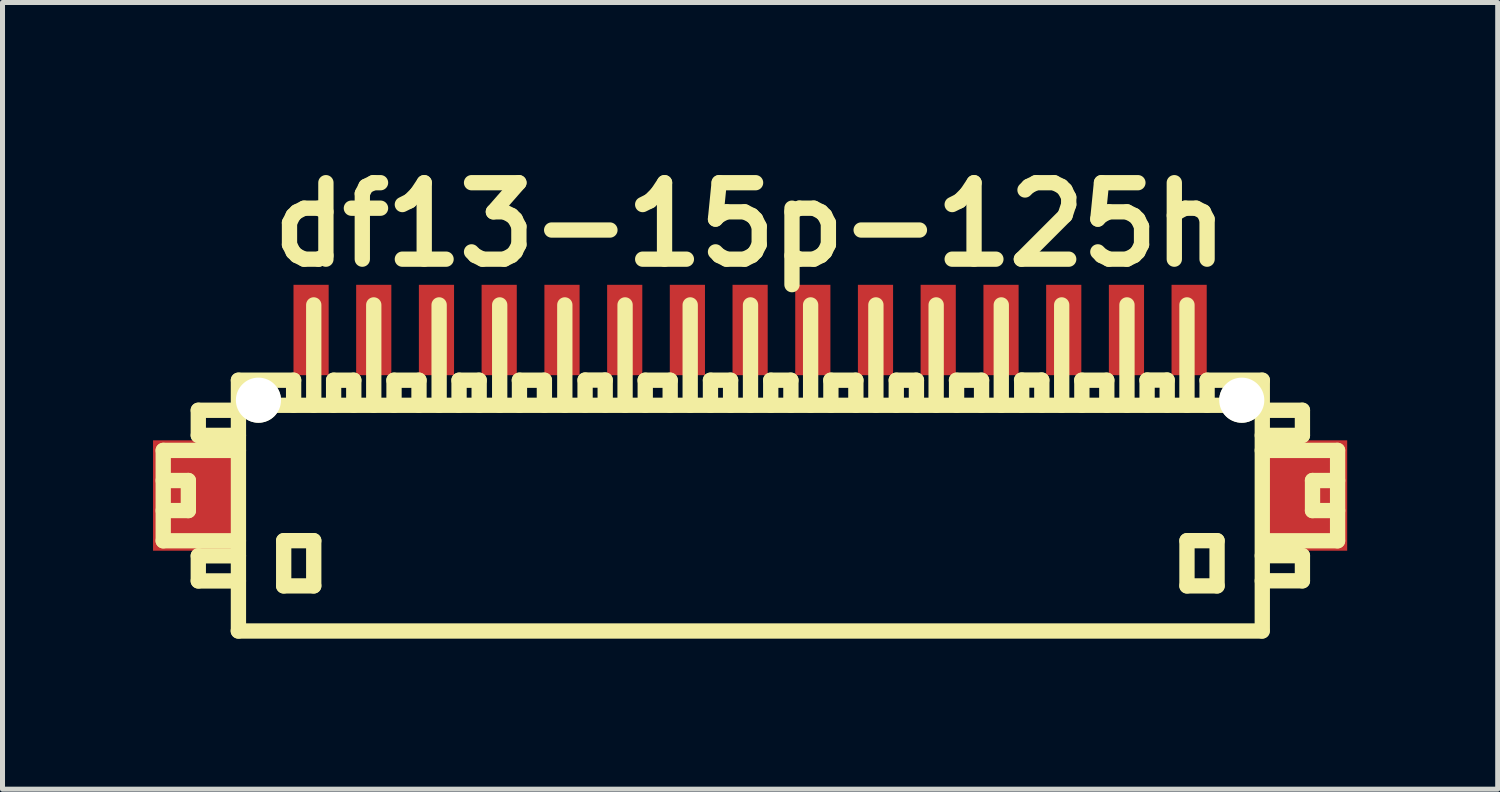
<source format=kicad_pcb>
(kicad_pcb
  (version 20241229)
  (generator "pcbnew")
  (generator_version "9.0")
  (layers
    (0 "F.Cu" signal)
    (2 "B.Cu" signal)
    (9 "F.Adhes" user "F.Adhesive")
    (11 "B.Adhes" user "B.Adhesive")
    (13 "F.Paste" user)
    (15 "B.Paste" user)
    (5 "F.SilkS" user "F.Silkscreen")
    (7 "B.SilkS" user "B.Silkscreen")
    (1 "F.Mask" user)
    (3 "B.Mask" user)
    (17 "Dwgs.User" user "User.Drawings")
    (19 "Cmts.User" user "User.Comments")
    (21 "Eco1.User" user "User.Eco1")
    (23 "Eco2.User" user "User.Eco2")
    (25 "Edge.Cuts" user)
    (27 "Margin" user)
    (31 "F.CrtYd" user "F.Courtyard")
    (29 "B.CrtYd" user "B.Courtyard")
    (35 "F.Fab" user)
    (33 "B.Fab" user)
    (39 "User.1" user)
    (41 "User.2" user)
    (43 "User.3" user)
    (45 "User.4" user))
  (footprint "df13-15p-125h"
    (layer "F.Cu")
    (at 11.9 7.027)
    (property "Reference" "df13-15p-125h" (at 0 -5.601 0) (layer "F.SilkS") (effects (font (size 1.524 1.524) (thickness 0.305))))
    (attr through_hole)
    (fp_line (start -11.697 -1.1) (end -11.697 0.701) (stroke (width 0.305) (type solid)) (layer "F.SilkS"))
    (fp_line (start -11.697 0.701) (end -10.198 0.701) (stroke (width 0.305) (type solid)) (layer "F.SilkS"))
    (fp_line (start -11.196 -0.5) (end -11.697 -0.5) (stroke (width 0.305) (type solid)) (layer "F.SilkS"))
    (fp_line (start -11.196 0.099) (end -11.697 0.099) (stroke (width 0.305) (type solid)) (layer "F.SilkS"))
    (fp_line (start -11.196 0.099) (end -11.196 -0.5) (stroke (width 0.305) (type solid)) (layer "F.SilkS"))
    (fp_line (start -10.998 -1.9) (end -10.998 -1.4) (stroke (width 0.305) (type solid)) (layer "F.SilkS"))
    (fp_line (start -10.998 -1.9) (end -10.198 -1.9) (stroke (width 0.305) (type solid)) (layer "F.SilkS"))
    (fp_line (start -10.998 1.001) (end -10.998 1.501) (stroke (width 0.305) (type solid)) (layer "F.SilkS"))
    (fp_line (start -10.998 1.501) (end -10.198 1.501) (stroke (width 0.305) (type solid)) (layer "F.SilkS"))
    (fp_line (start -10.201 -1.999) (end 10.201 -1.999) (stroke (width 0.305) (type solid)) (layer "F.SilkS"))
    (fp_line (start -10.198 -1.4) (end -10.998 -1.4) (stroke (width 0.305) (type solid)) (layer "F.SilkS"))
    (fp_line (start -10.198 -1.1) (end -11.697 -1.1) (stroke (width 0.305) (type solid)) (layer "F.SilkS"))
    (fp_line (start -10.198 1.001) (end -10.998 1.001) (stroke (width 0.305) (type solid)) (layer "F.SilkS"))
    (fp_line (start -10.198 2.499) (end -10.198 -2.499) (stroke (width 0.305) (type solid)) (layer "F.SilkS"))
    (fp_line (start -9.296 0.699) (end -9.296 1.6) (stroke (width 0.305) (type solid)) (layer "F.SilkS"))
    (fp_line (start -9.296 1.6) (end -8.697 1.6) (stroke (width 0.305) (type solid)) (layer "F.SilkS"))
    (fp_line (start -9.098 -2.499) (end -10.198 -2.499) (stroke (width 0.305) (type solid)) (layer "F.SilkS"))
    (fp_line (start -9.098 -2.499) (end -9.098 -1.999) (stroke (width 0.305) (type solid)) (layer "F.SilkS"))
    (fp_line (start -8.697 -4) (end -8.697 -1.999) (stroke (width 0.305) (type solid)) (layer "F.SilkS"))
    (fp_line (start -8.697 0.699) (end -9.296 0.699) (stroke (width 0.305) (type solid)) (layer "F.SilkS"))
    (fp_line (start -8.697 1.6) (end -8.697 0.699) (stroke (width 0.305) (type solid)) (layer "F.SilkS"))
    (fp_line (start -8.301 -2.499) (end -8.301 -1.999) (stroke (width 0.305) (type solid)) (layer "F.SilkS"))
    (fp_line (start -7.899 -2.499) (end -8.301 -2.499) (stroke (width 0.305) (type solid)) (layer "F.SilkS"))
    (fp_line (start -7.899 -2.499) (end -7.899 -1.999) (stroke (width 0.305) (type solid)) (layer "F.SilkS"))
    (fp_line (start -7.501 -1.999) (end -7.501 -4) (stroke (width 0.305) (type solid)) (layer "F.SilkS"))
    (fp_line (start -7.099 -2.499) (end -6.599 -2.499) (stroke (width 0.305) (type solid)) (layer "F.SilkS"))
    (fp_line (start -7.097 -1.999) (end -7.097 -2.499) (stroke (width 0.305) (type solid)) (layer "F.SilkS"))
    (fp_line (start -6.599 -2.499) (end -6.599 -1.999) (stroke (width 0.305) (type solid)) (layer "F.SilkS"))
    (fp_line (start -6.198 -1.999) (end -6.198 -4) (stroke (width 0.305) (type solid)) (layer "F.SilkS"))
    (fp_line (start -5.801 -2.499) (end -5.801 -1.999) (stroke (width 0.305) (type solid)) (layer "F.SilkS"))
    (fp_line (start -5.4 -2.499) (end -5.801 -2.499) (stroke (width 0.305) (type solid)) (layer "F.SilkS"))
    (fp_line (start -5.4 -2.499) (end -5.4 -1.999) (stroke (width 0.305) (type solid)) (layer "F.SilkS"))
    (fp_line (start -4.991 -1.999) (end -4.991 -4) (stroke (width 0.305) (type solid)) (layer "F.SilkS"))
    (fp_line (start -4.6 -2.499) (end -4.1 -2.499) (stroke (width 0.305) (type solid)) (layer "F.SilkS"))
    (fp_line (start -4.597 -1.999) (end -4.597 -2.499) (stroke (width 0.305) (type solid)) (layer "F.SilkS"))
    (fp_line (start -4.1 -2.499) (end -4.1 -1.999) (stroke (width 0.305) (type solid)) (layer "F.SilkS"))
    (fp_line (start -3.693 -1.999) (end -3.693 -4) (stroke (width 0.305) (type solid)) (layer "F.SilkS"))
    (fp_line (start -3.289 -2.502) (end -3.289 -2.002) (stroke (width 0.305) (type solid)) (layer "F.SilkS"))
    (fp_line (start -2.888 -2.502) (end -3.289 -2.502) (stroke (width 0.305) (type solid)) (layer "F.SilkS"))
    (fp_line (start -2.888 -2.502) (end -2.888 -2.002) (stroke (width 0.305) (type solid)) (layer "F.SilkS"))
    (fp_line (start -2.492 -1.999) (end -2.492 -4) (stroke (width 0.305) (type solid)) (layer "F.SilkS"))
    (fp_line (start -2.093 -2.499) (end -1.593 -2.499) (stroke (width 0.305) (type solid)) (layer "F.SilkS"))
    (fp_line (start -2.09 -1.999) (end -2.09 -2.499) (stroke (width 0.305) (type solid)) (layer "F.SilkS"))
    (fp_line (start -1.593 -2.499) (end -1.593 -1.999) (stroke (width 0.305) (type solid)) (layer "F.SilkS"))
    (fp_line (start -1.194 -1.999) (end -1.194 -4) (stroke (width 0.305) (type solid)) (layer "F.SilkS"))
    (fp_line (start -0.79 -2.499) (end -0.79 -1.999) (stroke (width 0.305) (type solid)) (layer "F.SilkS"))
    (fp_line (start -0.389 -2.499) (end -0.79 -2.499) (stroke (width 0.305) (type solid)) (layer "F.SilkS"))
    (fp_line (start -0.389 -2.499) (end -0.389 -1.999) (stroke (width 0.305) (type solid)) (layer "F.SilkS"))
    (fp_line (start 0.008 -1.999) (end 0.008 -4) (stroke (width 0.305) (type solid)) (layer "F.SilkS"))
    (fp_line (start 0.411 -2.499) (end 0.411 -1.999) (stroke (width 0.305) (type solid)) (layer "F.SilkS"))
    (fp_line (start 0.813 -2.499) (end 0.411 -2.499) (stroke (width 0.305) (type solid)) (layer "F.SilkS"))
    (fp_line (start 0.813 -2.499) (end 0.813 -1.999) (stroke (width 0.305) (type solid)) (layer "F.SilkS"))
    (fp_line (start 1.206 -1.999) (end 1.206 -4) (stroke (width 0.305) (type solid)) (layer "F.SilkS"))
    (fp_line (start 1.608 -2.499) (end 2.108 -2.499) (stroke (width 0.305) (type solid)) (layer "F.SilkS"))
    (fp_line (start 1.61 -1.999) (end 1.61 -2.499) (stroke (width 0.305) (type solid)) (layer "F.SilkS"))
    (fp_line (start 2.108 -2.499) (end 2.108 -1.999) (stroke (width 0.305) (type solid)) (layer "F.SilkS"))
    (fp_line (start 2.507 -1.999) (end 2.507 -4) (stroke (width 0.305) (type solid)) (layer "F.SilkS"))
    (fp_line (start 2.913 -2.499) (end 2.913 -1.999) (stroke (width 0.305) (type solid)) (layer "F.SilkS"))
    (fp_line (start 3.315 -2.499) (end 2.913 -2.499) (stroke (width 0.305) (type solid)) (layer "F.SilkS"))
    (fp_line (start 3.315 -2.499) (end 3.315 -1.999) (stroke (width 0.305) (type solid)) (layer "F.SilkS"))
    (fp_line (start 3.708 -1.999) (end 3.708 -4) (stroke (width 0.305) (type solid)) (layer "F.SilkS"))
    (fp_line (start 4.112 -2.499) (end 4.613 -2.499) (stroke (width 0.305) (type solid)) (layer "F.SilkS"))
    (fp_line (start 4.115 -1.999) (end 4.115 -2.499) (stroke (width 0.305) (type solid)) (layer "F.SilkS"))
    (fp_line (start 4.613 -2.499) (end 4.613 -1.999) (stroke (width 0.305) (type solid)) (layer "F.SilkS"))
    (fp_line (start 5.006 -1.999) (end 5.006 -4) (stroke (width 0.305) (type solid)) (layer "F.SilkS"))
    (fp_line (start 5.413 -2.502) (end 5.413 -2.002) (stroke (width 0.305) (type solid)) (layer "F.SilkS"))
    (fp_line (start 5.812 -2.502) (end 5.41 -2.502) (stroke (width 0.305) (type solid)) (layer "F.SilkS"))
    (fp_line (start 5.814 -2.502) (end 5.814 -2.002) (stroke (width 0.305) (type solid)) (layer "F.SilkS"))
    (fp_line (start 6.21 -1.999) (end 6.21 -4) (stroke (width 0.305) (type solid)) (layer "F.SilkS"))
    (fp_line (start 6.609 -2.499) (end 7.109 -2.499) (stroke (width 0.305) (type solid)) (layer "F.SilkS"))
    (fp_line (start 6.612 -1.999) (end 6.612 -2.499) (stroke (width 0.305) (type solid)) (layer "F.SilkS"))
    (fp_line (start 7.109 -2.499) (end 7.109 -1.999) (stroke (width 0.305) (type solid)) (layer "F.SilkS"))
    (fp_line (start 7.511 -1.999) (end 7.511 -4) (stroke (width 0.305) (type solid)) (layer "F.SilkS"))
    (fp_line (start 7.912 -2.502) (end 7.912 -2.002) (stroke (width 0.305) (type solid)) (layer "F.SilkS"))
    (fp_line (start 8.311 -2.502) (end 7.91 -2.502) (stroke (width 0.305) (type solid)) (layer "F.SilkS"))
    (fp_line (start 8.313 -2.502) (end 8.313 -2.002) (stroke (width 0.305) (type solid)) (layer "F.SilkS"))
    (fp_line (start 8.707 -1.999) (end 8.707 -4) (stroke (width 0.305) (type solid)) (layer "F.SilkS"))
    (fp_line (start 8.707 0.699) (end 9.307 0.699) (stroke (width 0.305) (type solid)) (layer "F.SilkS"))
    (fp_line (start 8.707 1.6) (end 8.707 0.699) (stroke (width 0.305) (type solid)) (layer "F.SilkS"))
    (fp_line (start 9.108 -2.499) (end 9.108 -1.999) (stroke (width 0.305) (type solid)) (layer "F.SilkS"))
    (fp_line (start 9.307 0.699) (end 9.307 1.6) (stroke (width 0.305) (type solid)) (layer "F.SilkS"))
    (fp_line (start 9.307 1.6) (end 8.707 1.6) (stroke (width 0.305) (type solid)) (layer "F.SilkS"))
    (fp_line (start 10.201 2.499) (end -10.201 2.499) (stroke (width 0.305) (type solid)) (layer "F.SilkS"))
    (fp_line (start 10.208 -2.499) (end 9.108 -2.499) (stroke (width 0.305) (type solid)) (layer "F.SilkS"))
    (fp_line (start 10.208 -2.499) (end 10.208 2.499) (stroke (width 0.305) (type solid)) (layer "F.SilkS"))
    (fp_line (start 10.208 -1.9) (end 11.008 -1.9) (stroke (width 0.305) (type solid)) (layer "F.SilkS"))
    (fp_line (start 10.208 0.998) (end 11.008 0.998) (stroke (width 0.305) (type solid)) (layer "F.SilkS"))
    (fp_line (start 11.008 -1.9) (end 11.008 -1.4) (stroke (width 0.305) (type solid)) (layer "F.SilkS"))
    (fp_line (start 11.008 -1.4) (end 10.208 -1.4) (stroke (width 0.305) (type solid)) (layer "F.SilkS"))
    (fp_line (start 11.008 0.998) (end 11.008 1.499) (stroke (width 0.305) (type solid)) (layer "F.SilkS"))
    (fp_line (start 11.008 1.499) (end 10.208 1.499) (stroke (width 0.305) (type solid)) (layer "F.SilkS"))
    (fp_line (start 11.209 0.099) (end 11.209 -0.5) (stroke (width 0.305) (type solid)) (layer "F.SilkS"))
    (fp_line (start 11.707 -1.1) (end 10.208 -1.1) (stroke (width 0.305) (type solid)) (layer "F.SilkS"))
    (fp_line (start 11.707 0.701) (end 10.307 0.701) (stroke (width 0.305) (type solid)) (layer "F.SilkS"))
    (fp_line (start 11.709 -1.1) (end 11.709 0.701) (stroke (width 0.305) (type solid)) (layer "F.SilkS"))
    (fp_line (start 11.709 -0.5) (end 11.209 -0.5) (stroke (width 0.305) (type solid)) (layer "F.SilkS"))
    (fp_line (start 11.709 0.099) (end 11.209 0.099) (stroke (width 0.305) (type solid)) (layer "F.SilkS"))
    (pad "" smd rect (at -11.1 -0.201) (size 1.6 2.2) (layers "F.Cu" "F.Mask" "F.Paste"))
    (pad "" np_thru_hole circle (at -9.799 -2.101) (size 0.899 0.899) (drill 0.899) (layers "*.Cu" "*.Mask" "F.SilkS"))
    (pad "" np_thru_hole circle (at 9.799 -2.101) (size 0.899 0.899) (drill 0.899) (layers "*.Cu" "*.Mask" "F.SilkS"))
    (pad "" smd rect (at 11.1 -0.201) (size 1.6 2.2) (layers "F.Cu" "F.Mask" "F.Paste"))
    (pad "1" smd rect (at 8.75 -3.5) (size 0.701 1.801) (layers "F.Cu" "F.Mask" "F.Paste"))
    (pad "2" smd rect (at 7.501 -3.5) (size 0.701 1.801) (layers "F.Cu" "F.Mask" "F.Paste"))
    (pad "3" smd rect (at 6.251 -3.5) (size 0.701 1.801) (layers "F.Cu" "F.Mask" "F.Paste"))
    (pad "4" smd rect (at 5.001 -3.5) (size 0.701 1.801) (layers "F.Cu" "F.Mask" "F.Paste"))
    (pad "5" smd rect (at 3.749 -3.5) (size 0.701 1.801) (layers "F.Cu" "F.Mask" "F.Paste"))
    (pad "6" smd rect (at 2.499 -3.5) (size 0.701 1.801) (layers "F.Cu" "F.Mask" "F.Paste"))
    (pad "7" smd rect (at 1.25 -3.5) (size 0.701 1.801) (layers "F.Cu" "F.Mask" "F.Paste"))
    (pad "8" smd rect (at 0 -3.5) (size 0.701 1.801) (layers "F.Cu" "F.Mask" "F.Paste"))
    (pad "9" smd rect (at -1.25 -3.5) (size 0.701 1.801) (layers "F.Cu" "F.Mask" "F.Paste"))
    (pad "10" smd rect (at -2.499 -3.5) (size 0.701 1.801) (layers "F.Cu" "F.Mask" "F.Paste"))
    (pad "11" smd rect (at -3.749 -3.5) (size 0.701 1.801) (layers "F.Cu" "F.Mask" "F.Paste"))
    (pad "12" smd rect (at -5.001 -3.5) (size 0.701 1.801) (layers "F.Cu" "F.Mask" "F.Paste"))
    (pad "13" smd rect (at -6.251 -3.5) (size 0.701 1.801) (layers "F.Cu" "F.Mask" "F.Paste"))
    (pad "14" smd rect (at -7.501 -3.5) (size 0.701 1.801) (layers "F.Cu" "F.Mask" "F.Paste"))
    (pad "15" smd rect (at -8.75 -3.5) (size 0.701 1.801) (layers "F.Cu" "F.Mask" "F.Paste")))
  (gr_rect
    (start -3 -3)
    (end 26.8 12.679)
    (stroke (width 0.1) (type default))
    (fill no)
    (layer "Edge.Cuts")))
</source>
